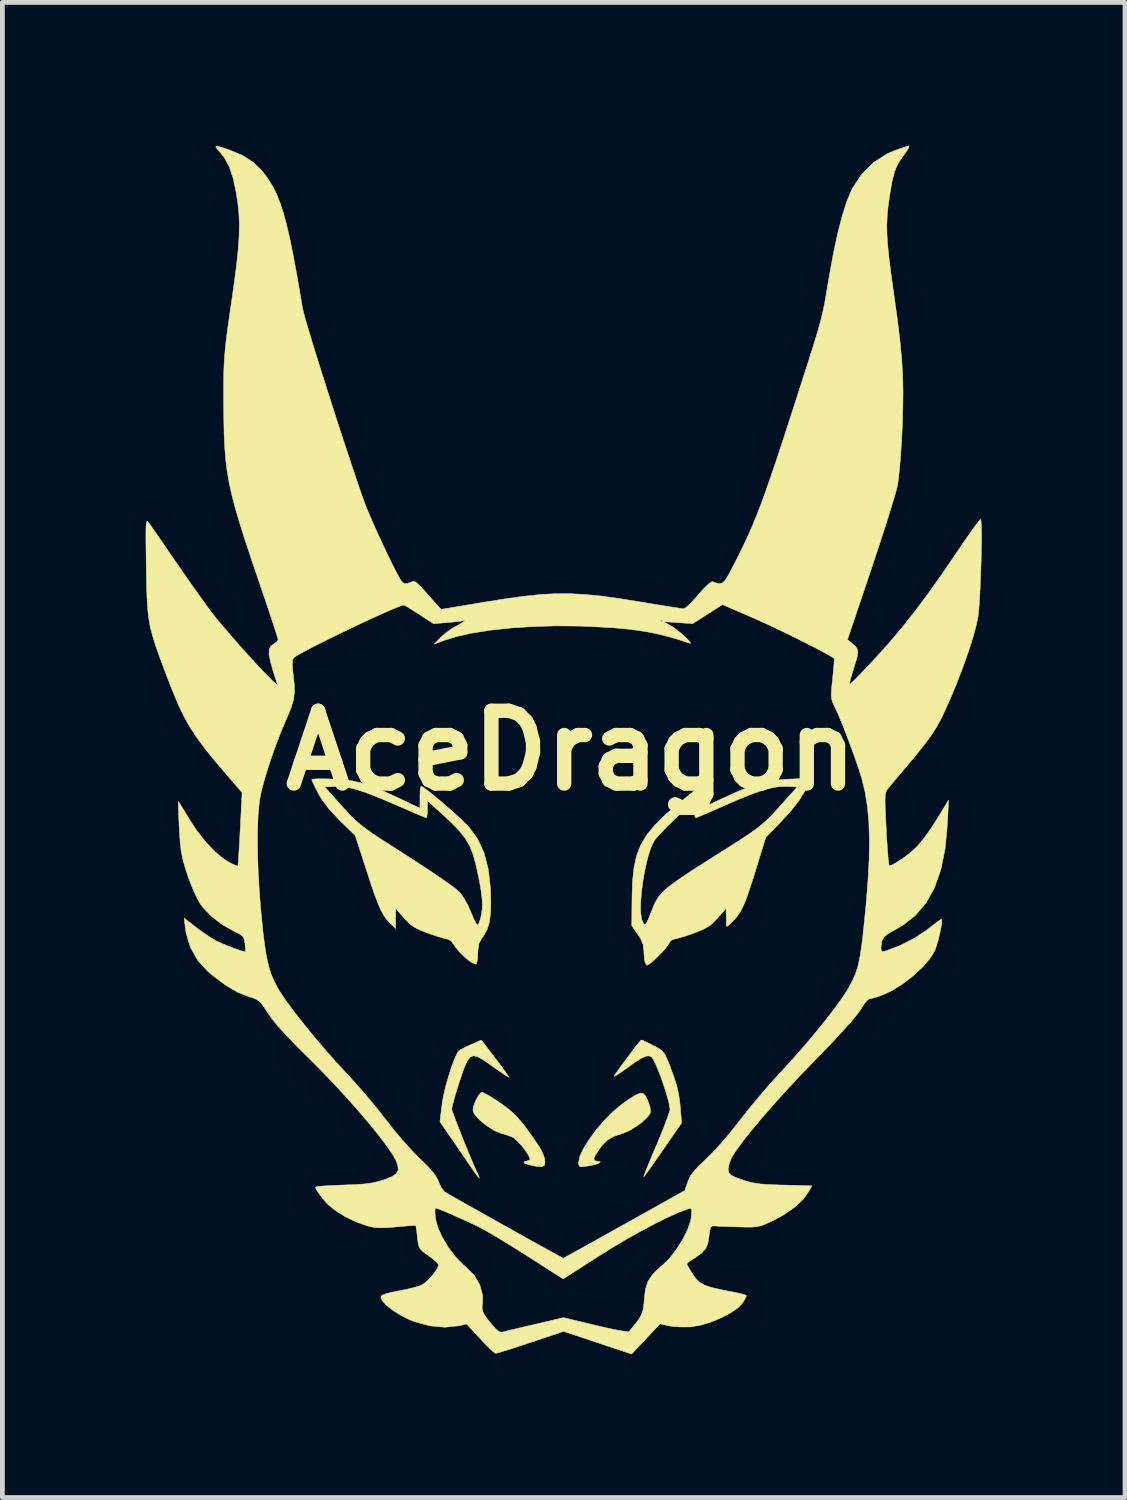
<source format=kicad_pcb>
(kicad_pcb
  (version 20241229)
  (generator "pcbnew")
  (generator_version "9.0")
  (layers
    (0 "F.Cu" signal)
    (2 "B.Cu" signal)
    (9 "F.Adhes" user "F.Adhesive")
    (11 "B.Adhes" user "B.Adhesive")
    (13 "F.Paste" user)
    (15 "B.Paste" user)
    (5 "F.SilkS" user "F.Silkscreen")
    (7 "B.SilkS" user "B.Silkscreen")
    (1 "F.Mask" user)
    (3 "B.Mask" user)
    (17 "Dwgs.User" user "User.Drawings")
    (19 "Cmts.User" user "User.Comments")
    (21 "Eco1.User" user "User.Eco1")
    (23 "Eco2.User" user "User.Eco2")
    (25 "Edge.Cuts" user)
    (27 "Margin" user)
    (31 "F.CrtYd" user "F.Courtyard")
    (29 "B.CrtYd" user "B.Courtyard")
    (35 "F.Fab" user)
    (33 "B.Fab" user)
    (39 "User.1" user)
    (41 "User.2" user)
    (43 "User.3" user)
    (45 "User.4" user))
  (footprint "AceDragon"
    (layer "F.Cu")
    (at 8.908 12.666)
    (property "Reference" "AceDragon" (at 0 0 0) (layer "F.SilkS") (effects (font (size 1.524 1.524) (thickness 0.3))))
    (attr through_hole)
    (fp_poly (pts (xy 1.513 7.182) (xy 1.56 7.234) (xy 1.605 7.325) (xy 1.65 7.453) (xy 1.664 7.556) (xy 1.66 7.584) (xy 1.606 7.665) (xy 1.503 7.764) (xy 1.37 7.864) (xy 1.23 7.951) (xy 1.101 8.008) (xy 1.082 8.014) (xy 0.898 8.074) (xy 0.764 8.151) (xy 0.652 8.262) (xy 0.596 8.336) (xy 0.51 8.464) (xy 0.476 8.544) (xy 0.491 8.585) (xy 0.555 8.598) (xy 0.557 8.598) (xy 0.61 8.607) (xy 0.6 8.628) (xy 0.539 8.655) (xy 0.44 8.682) (xy 0.335 8.7) (xy 0.226 8.713) (xy 0.174 8.704) (xy 0.158 8.664) (xy 0.156 8.62) (xy 0.184 8.492) (xy 0.262 8.326) (xy 0.38 8.138) (xy 0.527 7.939) (xy 0.693 7.744) (xy 0.869 7.566) (xy 1.044 7.418) (xy 1.066 7.402) (xy 1.241 7.279) (xy 1.365 7.203) (xy 1.452 7.171) (xy 1.513 7.182)) (stroke (width 0.01) (type solid)) (fill yes) (layer "F.SilkS"))
    (fp_poly (pts (xy -1.816 7.172) (xy -1.716 7.228) (xy -1.585 7.309) (xy -1.497 7.368) (xy -1.314 7.502) (xy -1.164 7.637) (xy -1.022 7.798) (xy -0.926 7.925) (xy -0.772 8.138) (xy -0.663 8.303) (xy -0.594 8.431) (xy -0.557 8.533) (xy -0.547 8.615) (xy -0.56 8.687) (xy -0.615 8.71) (xy -0.655 8.711) (xy -0.768 8.697) (xy -0.895 8.668) (xy -0.899 8.667) (xy -0.975 8.636) (xy -0.987 8.613) (xy -0.977 8.608) (xy -0.89 8.582) (xy -0.868 8.575) (xy -0.862 8.54) (xy -0.897 8.465) (xy -0.962 8.367) (xy -1.042 8.264) (xy -1.127 8.172) (xy -1.202 8.108) (xy -1.221 8.097) (xy -1.316 8.059) (xy -1.441 8.02) (xy -1.474 8.011) (xy -1.611 7.954) (xy -1.765 7.857) (xy -1.908 7.741) (xy -2.013 7.625) (xy -2.032 7.596) (xy -2.055 7.53) (xy -2.046 7.452) (xy -2 7.333) (xy -1.999 7.332) (xy -1.944 7.228) (xy -1.891 7.163) (xy -1.868 7.151) (xy -1.816 7.172)) (stroke (width 0.01) (type solid)) (fill yes) (layer "F.SilkS"))
    (fp_poly (pts (xy -1.583 6.449) (xy -1.472 6.596) (xy -1.383 6.718) (xy -1.325 6.802) (xy -1.305 6.838) (xy -1.306 6.838) (xy -1.344 6.817) (xy -1.432 6.759) (xy -1.555 6.675) (xy -1.662 6.599) (xy -1.826 6.484) (xy -1.95 6.413) (xy -2.044 6.389) (xy -2.117 6.419) (xy -2.181 6.507) (xy -2.246 6.658) (xy -2.321 6.878) (xy -2.34 6.935) (xy -2.4 7.125) (xy -2.45 7.293) (xy -2.485 7.422) (xy -2.501 7.497) (xy -2.501 7.503) (xy -2.487 7.554) (xy -2.447 7.663) (xy -2.389 7.816) (xy -2.317 7.999) (xy -2.238 8.196) (xy -2.157 8.396) (xy -2.079 8.582) (xy -2.011 8.741) (xy -1.958 8.859) (xy -1.928 8.919) (xy -1.924 8.948) (xy -1.926 8.949) (xy -1.954 8.919) (xy -2.013 8.839) (xy -2.093 8.724) (xy -2.12 8.685) (xy -2.226 8.528) (xy -2.355 8.34) (xy -2.482 8.154) (xy -2.523 8.096) (xy -2.747 7.771) (xy -2.701 7.394) (xy -2.672 7.225) (xy -2.626 7.028) (xy -2.567 6.822) (xy -2.504 6.624) (xy -2.44 6.455) (xy -2.382 6.331) (xy -2.35 6.284) (xy -2.303 6.255) (xy -2.207 6.206) (xy -2.103 6.158) (xy -1.881 6.06) (xy -1.583 6.449)) (stroke (width 0.01) (type solid)) (fill yes) (layer "F.SilkS"))
    (fp_poly (pts (xy 1.512 6.073) (xy 1.602 6.116) (xy 1.717 6.173) (xy 1.831 6.233) (xy 1.907 6.288) (xy 1.962 6.356) (xy 2.011 6.46) (xy 2.064 6.593) (xy 2.15 6.826) (xy 2.21 7.014) (xy 2.249 7.181) (xy 2.275 7.353) (xy 2.289 7.503) (xy 2.312 7.796) (xy 1.934 8.343) (xy 1.807 8.526) (xy 1.694 8.687) (xy 1.603 8.815) (xy 1.543 8.899) (xy 1.522 8.926) (xy 1.526 8.903) (xy 1.556 8.819) (xy 1.61 8.684) (xy 1.683 8.508) (xy 1.77 8.301) (xy 1.779 8.281) (xy 1.871 8.062) (xy 1.951 7.862) (xy 2.014 7.695) (xy 2.056 7.573) (xy 2.071 7.511) (xy 2.058 7.417) (xy 2.023 7.277) (xy 1.972 7.107) (xy 1.911 6.926) (xy 1.845 6.748) (xy 1.782 6.592) (xy 1.726 6.474) (xy 1.684 6.412) (xy 1.679 6.408) (xy 1.625 6.391) (xy 1.56 6.399) (xy 1.473 6.439) (xy 1.35 6.516) (xy 1.182 6.636) (xy 1.143 6.664) (xy 1.028 6.745) (xy 0.943 6.801) (xy 0.901 6.822) (xy 0.899 6.82) (xy 0.921 6.782) (xy 0.979 6.698) (xy 1.062 6.582) (xy 1.16 6.451) (xy 1.26 6.318) (xy 1.352 6.198) (xy 1.424 6.108) (xy 1.466 6.06) (xy 1.471 6.057) (xy 1.512 6.073)) (stroke (width 0.01) (type solid)) (fill yes) (layer "F.SilkS"))
    (fp_poly (pts (xy 4.972 0.593) (xy 5.002 0.601) (xy 4.985 0.647) (xy 4.942 0.742) (xy 4.882 0.865) (xy 4.88 0.869) (xy 4.771 1.046) (xy 4.608 1.253) (xy 4.416 1.465) (xy 4.074 1.82) (xy 3.93 2.287) (xy 3.834 2.6) (xy 3.754 2.848) (xy 3.689 3.042) (xy 3.632 3.19) (xy 3.58 3.305) (xy 3.529 3.395) (xy 3.475 3.471) (xy 3.413 3.544) (xy 3.412 3.545) (xy 3.328 3.63) (xy 3.269 3.677) (xy 3.247 3.674) (xy 3.247 3.673) (xy 3.25 3.597) (xy 3.249 3.485) (xy 3.248 3.459) (xy 3.243 3.303) (xy 3.068 3.504) (xy 2.969 3.609) (xy 2.872 3.685) (xy 2.754 3.748) (xy 2.59 3.814) (xy 2.558 3.826) (xy 2.401 3.88) (xy 2.266 3.921) (xy 2.173 3.944) (xy 2.152 3.947) (xy 2.085 3.981) (xy 2.036 4.055) (xy 1.993 4.12) (xy 1.913 4.212) (xy 1.815 4.312) (xy 1.717 4.404) (xy 1.635 4.471) (xy 1.589 4.494) (xy 1.562 4.463) (xy 1.548 4.432) (xy 1.533 4.356) (xy 1.525 4.24) (xy 1.524 4.199) (xy 1.508 4.061) (xy 1.451 3.929) (xy 1.397 3.847) (xy 1.27 3.667) (xy 1.272 3.372) (xy 1.454 3.372) (xy 1.473 3.52) (xy 1.485 3.556) (xy 1.516 3.621) (xy 1.543 3.644) (xy 1.574 3.618) (xy 1.615 3.535) (xy 1.674 3.388) (xy 1.696 3.332) (xy 1.738 3.227) (xy 1.784 3.136) (xy 1.84 3.051) (xy 1.914 2.966) (xy 2.013 2.876) (xy 2.143 2.774) (xy 2.313 2.655) (xy 2.529 2.512) (xy 2.799 2.339) (xy 3.067 2.169) (xy 3.342 1.995) (xy 3.56 1.855) (xy 3.733 1.741) (xy 3.87 1.644) (xy 3.982 1.557) (xy 4.079 1.472) (xy 4.172 1.382) (xy 4.27 1.277) (xy 4.365 1.172) (xy 4.733 0.762) (xy 4.535 0.75) (xy 4.386 0.751) (xy 4.225 0.774) (xy 4.038 0.821) (xy 3.816 0.897) (xy 3.547 1.004) (xy 3.25 1.133) (xy 3.047 1.222) (xy 2.869 1.3) (xy 2.729 1.359) (xy 2.638 1.397) (xy 2.608 1.407) (xy 2.591 1.372) (xy 2.576 1.283) (xy 2.571 1.231) (xy 2.56 1.055) (xy 2.184 1.417) (xy 2.038 1.561) (xy 1.907 1.695) (xy 1.805 1.806) (xy 1.745 1.878) (xy 1.741 1.884) (xy 1.674 2.024) (xy 1.611 2.217) (xy 1.555 2.445) (xy 1.509 2.693) (xy 1.475 2.941) (xy 1.456 3.174) (xy 1.454 3.372) (xy 1.272 3.372) (xy 1.274 3.113) (xy 1.284 2.763) (xy 1.313 2.466) (xy 1.368 2.209) (xy 1.455 1.981) (xy 1.581 1.769) (xy 1.752 1.559) (xy 1.974 1.341) (xy 2.256 1.101) (xy 2.384 0.997) (xy 2.716 0.733) (xy 2.727 0.968) (xy 2.739 1.204) (xy 3.157 1.007) (xy 3.45 0.873) (xy 3.692 0.772) (xy 3.901 0.699) (xy 4.094 0.65) (xy 4.289 0.618) (xy 4.504 0.6) (xy 4.562 0.597) (xy 4.737 0.59) (xy 4.879 0.589) (xy 4.972 0.593)) (stroke (width 0.01) (type solid)) (fill yes) (layer "F.SilkS"))
    (fp_poly (pts (xy -5.151 0.591) (xy -4.992 0.596) (xy -4.771 0.611) (xy -4.576 0.636) (xy -4.39 0.678) (xy -4.194 0.741) (xy -3.971 0.83) (xy -3.704 0.951) (xy -3.605 0.997) (xy -3.165 1.206) (xy -3.165 0.974) (xy -3.162 0.851) (xy -3.153 0.767) (xy -3.143 0.742) (xy -3.097 0.767) (xy -3.005 0.835) (xy -2.88 0.935) (xy -2.734 1.057) (xy -2.579 1.19) (xy -2.427 1.325) (xy -2.29 1.451) (xy -2.181 1.558) (xy -2.137 1.604) (xy -1.958 1.849) (xy -1.824 2.139) (xy -1.736 2.479) (xy -1.689 2.878) (xy -1.681 3.157) (xy -1.688 3.404) (xy -1.712 3.594) (xy -1.758 3.745) (xy -1.832 3.877) (xy -1.875 3.935) (xy -1.931 4.044) (xy -1.953 4.194) (xy -1.954 4.243) (xy -1.96 4.363) (xy -1.976 4.448) (xy -1.99 4.472) (xy -2.037 4.461) (xy -2.121 4.41) (xy -2.201 4.348) (xy -2.313 4.242) (xy -2.409 4.131) (xy -2.448 4.074) (xy -2.511 3.99) (xy -2.576 3.948) (xy -2.586 3.947) (xy -2.651 3.934) (xy -2.769 3.9) (xy -2.918 3.85) (xy -2.988 3.826) (xy -3.162 3.758) (xy -3.286 3.696) (xy -3.384 3.623) (xy -3.481 3.523) (xy -3.498 3.504) (xy -3.673 3.303) (xy -3.673 3.726) (xy -3.773 3.632) (xy -3.846 3.556) (xy -3.912 3.467) (xy -3.975 3.355) (xy -4.04 3.21) (xy -4.113 3.019) (xy -4.197 2.773) (xy -4.278 2.525) (xy -4.52 1.778) (xy -4.836 1.471) (xy -5.068 1.225) (xy -5.237 0.996) (xy -5.292 0.899) (xy -5.359 0.768) (xy -5.362 0.762) (xy -5.158 0.762) (xy -4.797 1.165) (xy -4.691 1.281) (xy -4.598 1.38) (xy -4.508 1.467) (xy -4.411 1.55) (xy -4.298 1.637) (xy -4.159 1.735) (xy -3.984 1.852) (xy -3.763 1.994) (xy -3.487 2.17) (xy -3.451 2.193) (xy -3.195 2.358) (xy -2.954 2.517) (xy -2.739 2.663) (xy -2.559 2.789) (xy -2.424 2.889) (xy -2.343 2.956) (xy -2.333 2.966) (xy -2.251 3.079) (xy -2.165 3.233) (xy -2.093 3.393) (xy -2.039 3.523) (xy -1.991 3.616) (xy -1.958 3.654) (xy -1.954 3.653) (xy -1.927 3.607) (xy -1.896 3.509) (xy -1.879 3.435) (xy -1.86 3.304) (xy -1.86 3.152) (xy -1.879 2.968) (xy -1.919 2.737) (xy -1.981 2.447) (xy -1.997 2.377) (xy -2.054 2.169) (xy -2.125 1.992) (xy -2.221 1.831) (xy -2.352 1.668) (xy -2.53 1.486) (xy -2.659 1.366) (xy -3.009 1.047) (xy -3.009 1.227) (xy -3.013 1.333) (xy -3.024 1.398) (xy -3.031 1.407) (xy -3.072 1.392) (xy -3.173 1.35) (xy -3.321 1.287) (xy -3.505 1.208) (xy -3.681 1.131) (xy -4 0.995) (xy -4.261 0.892) (xy -4.476 0.819) (xy -4.656 0.773) (xy -4.811 0.751) (xy -4.953 0.75) (xy -4.962 0.75) (xy -5.158 0.762) (xy -5.362 0.762) (xy -5.408 0.666) (xy -5.431 0.609) (xy -5.432 0.605) (xy -5.395 0.595) (xy -5.296 0.59) (xy -5.151 0.591)) (stroke (width 0.01) (type solid)) (fill yes) (layer "F.SilkS"))
    (fp_poly (pts (xy 7.072 -12.633) (xy 7.03 -12.56) (xy 6.96 -12.462) (xy 6.876 -12.343) (xy 6.813 -12.226) (xy 6.764 -12.095) (xy 6.722 -11.93) (xy 6.683 -11.715) (xy 6.663 -11.581) (xy 6.635 -11.382) (xy 6.618 -11.195) (xy 6.61 -11.008) (xy 6.613 -10.809) (xy 6.628 -10.586) (xy 6.654 -10.327) (xy 6.692 -10.019) (xy 6.743 -9.651) (xy 6.763 -9.511) (xy 6.834 -9.006) (xy 6.886 -8.567) (xy 6.922 -8.184) (xy 6.942 -7.848) (xy 6.944 -7.796) (xy 6.949 -7.51) (xy 6.946 -7.188) (xy 6.936 -6.845) (xy 6.92 -6.502) (xy 6.899 -6.174) (xy 6.874 -5.881) (xy 6.846 -5.64) (xy 6.833 -5.553) (xy 6.811 -5.461) (xy 6.766 -5.304) (xy 6.702 -5.093) (xy 6.622 -4.836) (xy 6.529 -4.545) (xy 6.425 -4.227) (xy 6.314 -3.894) (xy 6.288 -3.814) (xy 5.786 -2.325) (xy 5.905 -2.226) (xy 5.96 -2.176) (xy 5.993 -2.126) (xy 6.003 -2.063) (xy 5.989 -1.97) (xy 5.951 -1.832) (xy 5.893 -1.649) (xy 5.855 -1.521) (xy 5.833 -1.427) (xy 5.83 -1.386) (xy 5.86 -1.409) (xy 5.935 -1.48) (xy 6.046 -1.593) (xy 6.184 -1.738) (xy 6.343 -1.907) (xy 6.371 -1.937) (xy 6.656 -2.253) (xy 6.929 -2.576) (xy 7.201 -2.92) (xy 7.481 -3.295) (xy 7.779 -3.716) (xy 8.089 -4.172) (xy 8.225 -4.373) (xy 8.349 -4.55) (xy 8.452 -4.694) (xy 8.528 -4.794) (xy 8.569 -4.841) (xy 8.574 -4.844) (xy 8.583 -4.807) (xy 8.589 -4.705) (xy 8.592 -4.549) (xy 8.591 -4.352) (xy 8.588 -4.126) (xy 8.582 -3.884) (xy 8.573 -3.637) (xy 8.563 -3.397) (xy 8.552 -3.178) (xy 8.539 -2.991) (xy 8.525 -2.848) (xy 8.52 -2.81) (xy 8.477 -2.603) (xy 8.405 -2.342) (xy 8.308 -2.042) (xy 8.192 -1.717) (xy 8.063 -1.383) (xy 7.925 -1.055) (xy 7.785 -0.748) (xy 7.754 -0.684) (xy 7.656 -0.501) (xy 7.536 -0.314) (xy 7.383 -0.107) (xy 7.187 0.135) (xy 7.142 0.188) (xy 6.992 0.365) (xy 6.856 0.527) (xy 6.743 0.662) (xy 6.663 0.758) (xy 6.63 0.798) (xy 6.605 0.834) (xy 6.588 0.877) (xy 6.577 0.94) (xy 6.573 1.034) (xy 6.575 1.17) (xy 6.583 1.36) (xy 6.596 1.615) (xy 6.597 1.639) (xy 6.61 1.873) (xy 6.624 2.08) (xy 6.637 2.247) (xy 6.649 2.362) (xy 6.659 2.412) (xy 6.659 2.413) (xy 6.7 2.403) (xy 6.787 2.357) (xy 6.905 2.283) (xy 6.946 2.256) (xy 7.103 2.139) (xy 7.243 2.007) (xy 7.38 1.847) (xy 7.525 1.645) (xy 7.689 1.387) (xy 7.705 1.361) (xy 7.903 1.036) (xy 7.877 1.551) (xy 7.83 2.054) (xy 7.741 2.492) (xy 7.608 2.87) (xy 7.43 3.19) (xy 7.206 3.453) (xy 6.934 3.665) (xy 6.787 3.748) (xy 6.637 3.832) (xy 6.546 3.91) (xy 6.501 3.999) (xy 6.488 4.118) (xy 6.487 4.135) (xy 6.499 4.2) (xy 6.55 4.206) (xy 6.575 4.199) (xy 6.873 4.087) (xy 7.171 3.937) (xy 7.434 3.766) (xy 7.479 3.731) (xy 7.6 3.637) (xy 7.695 3.566) (xy 7.751 3.529) (xy 7.759 3.526) (xy 7.762 3.575) (xy 7.749 3.678) (xy 7.722 3.812) (xy 7.687 3.958) (xy 7.648 4.092) (xy 7.614 4.188) (xy 7.514 4.353) (xy 7.358 4.533) (xy 7.163 4.714) (xy 6.944 4.882) (xy 6.72 5.023) (xy 6.505 5.123) (xy 6.476 5.134) (xy 6.358 5.171) (xy 6.268 5.194) (xy 6.241 5.197) (xy 6.198 5.229) (xy 6.132 5.311) (xy 6.06 5.422) (xy 5.986 5.526) (xy 5.86 5.677) (xy 5.686 5.872) (xy 5.47 6.105) (xy 5.214 6.371) (xy 5.101 6.487) (xy 4.811 6.786) (xy 4.529 7.088) (xy 4.261 7.385) (xy 4.014 7.668) (xy 3.794 7.929) (xy 3.609 8.161) (xy 3.465 8.356) (xy 3.368 8.506) (xy 3.355 8.532) (xy 3.308 8.651) (xy 3.289 8.763) (xy 3.29 8.786) (xy 3.305 8.843) (xy 3.347 8.888) (xy 3.43 8.931) (xy 3.572 8.984) (xy 3.576 8.985) (xy 3.699 9.024) (xy 3.819 9.052) (xy 3.956 9.072) (xy 4.129 9.085) (xy 4.354 9.094) (xy 4.444 9.096) (xy 5.039 9.112) (xy 4.984 9.218) (xy 4.861 9.392) (xy 4.674 9.565) (xy 4.441 9.726) (xy 4.259 9.824) (xy 4.109 9.895) (xy 3.997 9.941) (xy 3.898 9.966) (xy 3.786 9.976) (xy 3.637 9.976) (xy 3.517 9.973) (xy 3.335 9.967) (xy 3.174 9.961) (xy 3.054 9.956) (xy 3.009 9.953) (xy 2.954 9.954) (xy 2.922 9.981) (xy 2.902 10.052) (xy 2.886 10.178) (xy 2.862 10.32) (xy 2.816 10.427) (xy 2.734 10.519) (xy 2.601 10.615) (xy 2.53 10.659) (xy 2.456 10.71) (xy 2.423 10.746) (xy 2.423 10.747) (xy 2.442 10.79) (xy 2.492 10.877) (xy 2.541 10.956) (xy 2.612 11.056) (xy 2.69 11.131) (xy 2.789 11.189) (xy 2.925 11.237) (xy 3.112 11.282) (xy 3.292 11.317) (xy 3.453 11.348) (xy 3.58 11.377) (xy 3.657 11.4) (xy 3.673 11.409) (xy 3.654 11.453) (xy 3.608 11.535) (xy 3.594 11.56) (xy 3.499 11.663) (xy 3.345 11.769) (xy 3.152 11.871) (xy 2.939 11.96) (xy 2.723 12.027) (xy 2.524 12.063) (xy 2.481 12.067) (xy 2.311 12.068) (xy 2.144 12.058) (xy 2.034 12.041) (xy 1.861 12.002) (xy 1.564 12.318) (xy 1.267 12.634) (xy 0.555 12.397) (xy -0.157 12.159) (xy -0.849 12.39) (xy -1.069 12.463) (xy -1.265 12.527) (xy -1.424 12.577) (xy -1.534 12.609) (xy -1.581 12.621) (xy -1.623 12.593) (xy -1.704 12.519) (xy -1.811 12.411) (xy -1.904 12.312) (xy -2.187 12.005) (xy -2.354 12.043) (xy -2.643 12.073) (xy -2.957 12.044) (xy -3.277 11.957) (xy -3.378 11.917) (xy -3.562 11.826) (xy -3.729 11.722) (xy -3.865 11.615) (xy -3.955 11.517) (xy -3.986 11.441) (xy -3.964 11.407) (xy -3.891 11.375) (xy -3.757 11.341) (xy -3.629 11.316) (xy -3.453 11.281) (xy -3.293 11.242) (xy -3.173 11.208) (xy -3.143 11.197) (xy -3.054 11.139) (xy -2.954 11.044) (xy -2.862 10.935) (xy -2.796 10.833) (xy -2.774 10.766) (xy -2.804 10.722) (xy -2.883 10.651) (xy -2.984 10.576) (xy -3.097 10.495) (xy -3.162 10.431) (xy -3.195 10.356) (xy -3.213 10.244) (xy -3.218 10.191) (xy -3.233 10.065) (xy -3.246 9.974) (xy -3.253 9.943) (xy -3.294 9.942) (xy -3.395 9.949) (xy -3.54 9.961) (xy -3.661 9.972) (xy -3.861 9.989) (xy -4.008 9.992) (xy -4.129 9.982) (xy -4.247 9.956) (xy -4.286 9.945) (xy -4.509 9.865) (xy -4.734 9.755) (xy -4.936 9.629) (xy -4.961 9.609) (xy -2.85 9.609) (xy -2.849 9.7) (xy -2.841 9.789) (xy -2.796 9.972) (xy -2.702 10.181) (xy -2.574 10.397) (xy -2.422 10.598) (xy -2.262 10.763) (xy -2.218 10.799) (xy -2.036 10.979) (xy -1.912 11.185) (xy -1.853 11.404) (xy -1.854 11.558) (xy -1.864 11.658) (xy -1.854 11.733) (xy -1.818 11.81) (xy -1.744 11.913) (xy -1.699 11.969) (xy -1.584 12.102) (xy -1.501 12.169) (xy -1.454 12.177) (xy -1.394 12.163) (xy -1.273 12.133) (xy -1.105 12.094) (xy -0.905 12.047) (xy -0.773 12.016) (xy -0.158 11.872) (xy 0.513 12.034) (xy 0.732 12.084) (xy 0.923 12.125) (xy 1.076 12.153) (xy 1.176 12.166) (xy 1.211 12.164) (xy 1.341 12.007) (xy 1.429 11.888) (xy 1.482 11.788) (xy 1.512 11.687) (xy 1.526 11.566) (xy 1.531 11.489) (xy 1.556 11.275) (xy 1.612 11.106) (xy 1.713 10.958) (xy 1.872 10.808) (xy 1.91 10.777) (xy 2.057 10.633) (xy 2.202 10.447) (xy 2.333 10.24) (xy 2.438 10.032) (xy 2.502 9.846) (xy 2.514 9.777) (xy 2.525 9.658) (xy 2.521 9.6) (xy 2.495 9.585) (xy 2.45 9.596) (xy 2.269 9.662) (xy 2.035 9.766) (xy 1.762 9.901) (xy 1.462 10.06) (xy 1.149 10.236) (xy 0.835 10.423) (xy 0.61 10.564) (xy -0.167 11.061) (xy -0.902 10.591) (xy -1.135 10.444) (xy -1.364 10.302) (xy -1.576 10.174) (xy -1.754 10.07) (xy -1.886 9.997) (xy -1.912 9.983) (xy -2.049 9.916) (xy -2.212 9.84) (xy -2.384 9.763) (xy -2.549 9.69) (xy -2.691 9.63) (xy -2.794 9.589) (xy -2.842 9.574) (xy -2.85 9.609) (xy -4.961 9.609) (xy -5.09 9.503) (xy -5.103 9.489) (xy -5.207 9.37) (xy -5.291 9.258) (xy -5.343 9.171) (xy -5.354 9.139) (xy -5.317 9.128) (xy -5.215 9.118) (xy -5.063 9.107) (xy -4.874 9.099) (xy -4.777 9.096) (xy -4.52 9.086) (xy -4.321 9.072) (xy -4.163 9.051) (xy -4.027 9.02) (xy -3.938 8.993) (xy -3.765 8.927) (xy -3.661 8.86) (xy -3.619 8.78) (xy -3.631 8.676) (xy -3.666 8.584) (xy -3.741 8.45) (xy -3.864 8.27) (xy -4.03 8.053) (xy -4.229 7.807) (xy -4.455 7.541) (xy -4.701 7.263) (xy -4.96 6.983) (xy -5.224 6.708) (xy -5.443 6.488) (xy -5.725 6.208) (xy -5.952 5.973) (xy -6.13 5.778) (xy -6.261 5.619) (xy -6.351 5.492) (xy -6.439 5.355) (xy -6.507 5.268) (xy -6.575 5.215) (xy -6.664 5.177) (xy -6.753 5.15) (xy -6.984 5.059) (xy -7.232 4.913) (xy -7.507 4.707) (xy -7.602 4.627) (xy -7.813 4.398) (xy -7.969 4.124) (xy -8.062 3.824) (xy -8.075 3.736) (xy -8.101 3.506) (xy -7.851 3.702) (xy -7.705 3.81) (xy -7.556 3.909) (xy -7.435 3.981) (xy -7.426 3.986) (xy -7.319 4.036) (xy -7.187 4.09) (xy -7.052 4.142) (xy -6.932 4.184) (xy -6.848 4.209) (xy -6.819 4.211) (xy -6.818 4.169) (xy -6.825 4.078) (xy -6.829 4.04) (xy -6.845 3.943) (xy -6.88 3.882) (xy -6.955 3.832) (xy -7.038 3.792) (xy -7.287 3.654) (xy -7.518 3.48) (xy -7.705 3.289) (xy -7.764 3.209) (xy -7.831 3.091) (xy -7.908 2.923) (xy -7.986 2.73) (xy -8.035 2.593) (xy -8.095 2.405) (xy -8.137 2.247) (xy -8.166 2.095) (xy -8.186 1.922) (xy -8.2 1.704) (xy -8.205 1.622) (xy -8.214 1.424) (xy -8.221 1.257) (xy -8.226 1.134) (xy -8.226 1.071) (xy -8.226 1.065) (xy -8.205 1.092) (xy -8.153 1.174) (xy -8.078 1.296) (xy -8.007 1.416) (xy -7.84 1.673) (xy -7.651 1.912) (xy -7.456 2.117) (xy -7.268 2.273) (xy -7.156 2.342) (xy -7.057 2.39) (xy -6.991 2.415) (xy -6.978 2.416) (xy -6.973 2.375) (xy -6.965 2.268) (xy -6.954 2.107) (xy -6.942 1.904) (xy -6.932 1.714) (xy -6.567 1.714) (xy -6.566 2.128) (xy -6.55 2.582) (xy -6.52 3.065) (xy -6.489 3.428) (xy -6.453 3.786) (xy -6.416 4.078) (xy -6.378 4.317) (xy -6.333 4.514) (xy -6.28 4.683) (xy -6.215 4.835) (xy -6.135 4.984) (xy -6.107 5.031) (xy -5.987 5.213) (xy -5.822 5.438) (xy -5.623 5.694) (xy -5.401 5.967) (xy -5.164 6.246) (xy -4.925 6.517) (xy -4.701 6.76) (xy -4.508 6.97) (xy -4.299 7.21) (xy -4.095 7.454) (xy -3.918 7.676) (xy -3.871 7.737) (xy -3.711 7.942) (xy -3.531 8.155) (xy -3.352 8.355) (xy -3.193 8.519) (xy -3.167 8.544) (xy -2.996 8.712) (xy -2.879 8.845) (xy -2.806 8.954) (xy -2.774 9.027) (xy -2.723 9.142) (xy -2.659 9.228) (xy -2.639 9.244) (xy -2.59 9.273) (xy -2.484 9.334) (xy -2.33 9.422) (xy -2.138 9.53) (xy -1.917 9.654) (xy -1.677 9.789) (xy -1.427 9.929) (xy -1.176 10.069) (xy -0.933 10.205) (xy -0.708 10.33) (xy -0.51 10.44) (xy -0.349 10.529) (xy -0.233 10.593) (xy -0.173 10.625) (xy -0.166 10.628) (xy -0.131 10.61) (xy -0.035 10.558) (xy 0.114 10.476) (xy 0.308 10.368) (xy 0.54 10.239) (xy 0.803 10.092) (xy 1.089 9.933) (xy 1.113 9.92) (xy 2.381 9.21) (xy 2.442 9.027) (xy 2.486 8.925) (xy 2.555 8.824) (xy 2.661 8.707) (xy 2.817 8.559) (xy 2.818 8.559) (xy 2.969 8.41) (xy 3.146 8.216) (xy 3.334 7.995) (xy 3.514 7.767) (xy 3.534 7.742) (xy 3.713 7.513) (xy 3.925 7.256) (xy 4.145 7.001) (xy 4.35 6.773) (xy 4.398 6.722) (xy 4.635 6.464) (xy 4.877 6.189) (xy 5.114 5.908) (xy 5.335 5.635) (xy 5.53 5.38) (xy 5.69 5.158) (xy 5.794 4.997) (xy 5.885 4.831) (xy 5.956 4.67) (xy 6.01 4.495) (xy 6.053 4.289) (xy 6.09 4.033) (xy 6.112 3.849) (xy 6.172 3.259) (xy 6.214 2.737) (xy 6.239 2.275) (xy 6.245 1.866) (xy 6.234 1.501) (xy 6.204 1.172) (xy 6.155 0.871) (xy 6.088 0.591) (xy 6.026 0.391) (xy 5.912 0.067) (xy 5.8 -0.238) (xy 5.695 -0.512) (xy 5.601 -0.74) (xy 5.524 -0.91) (xy 5.512 -0.934) (xy 5.475 -1.011) (xy 5.454 -1.082) (xy 5.446 -1.164) (xy 5.451 -1.278) (xy 5.468 -1.444) (xy 5.475 -1.507) (xy 5.492 -1.677) (xy 5.504 -1.815) (xy 5.508 -1.905) (xy 5.506 -1.93) (xy 5.443 -1.972) (xy 5.321 -2.041) (xy 5.153 -2.131) (xy 4.95 -2.235) (xy 4.726 -2.348) (xy 4.492 -2.463) (xy 4.259 -2.575) (xy 4.042 -2.676) (xy 3.851 -2.762) (xy 3.821 -2.775) (xy 3.168 -3.057) (xy 2.857 -2.858) (xy 2.545 -2.658) (xy 2.24 -2.679) (xy 1.934 -2.7) (xy 2.071 -2.624) (xy 2.158 -2.568) (xy 2.255 -2.494) (xy 2.351 -2.413) (xy 2.432 -2.338) (xy 2.487 -2.278) (xy 2.501 -2.248) (xy 2.481 -2.249) (xy 2.175 -2.349) (xy 1.876 -2.429) (xy 1.568 -2.492) (xy 1.237 -2.539) (xy 0.867 -2.573) (xy 0.442 -2.597) (xy 0.195 -2.607) (xy -0.295 -2.612) (xy -0.779 -2.599) (xy -1.246 -2.569) (xy -1.682 -2.522) (xy -2.076 -2.46) (xy -2.416 -2.385) (xy -2.667 -2.305) (xy -2.865 -2.23) (xy -2.732 -2.369) (xy -2.613 -2.473) (xy -2.469 -2.572) (xy -2.413 -2.603) (xy -2.301 -2.664) (xy -2.237 -2.708) (xy -2.233 -2.716) (xy 1.876 -2.716) (xy 1.895 -2.696) (xy 1.915 -2.716) (xy 1.895 -2.735) (xy 1.876 -2.716) (xy -2.233 -2.716) (xy -2.228 -2.727) (xy -2.276 -2.718) (xy -2.338 -2.707) (xy -2.453 -2.694) (xy -2.597 -2.681) (xy -2.604 -2.68) (xy -2.882 -2.658) (xy -3.181 -2.853) (xy -3.315 -2.939) (xy -3.422 -3.005) (xy -3.489 -3.043) (xy -3.501 -3.048) (xy -3.565 -3.031) (xy -3.687 -2.984) (xy -3.857 -2.911) (xy -4.065 -2.818) (xy -4.299 -2.711) (xy -4.548 -2.594) (xy -4.801 -2.472) (xy -5.049 -2.351) (xy -5.279 -2.236) (xy -5.482 -2.132) (xy -5.645 -2.044) (xy -5.76 -1.978) (xy -5.811 -1.941) (xy -5.833 -1.894) (xy -5.838 -1.805) (xy -5.827 -1.659) (xy -5.818 -1.583) (xy -5.796 -1.374) (xy -5.794 -1.207) (xy -5.816 -1.055) (xy -5.866 -0.892) (xy -5.948 -0.691) (xy -5.969 -0.645) (xy -6.092 -0.352) (xy -6.21 -0.041) (xy -6.318 0.271) (xy -6.41 0.566) (xy -6.481 0.828) (xy -6.523 1.039) (xy -6.526 1.058) (xy -6.554 1.354) (xy -6.567 1.714) (xy -6.932 1.714) (xy -6.93 1.672) (xy -6.928 1.642) (xy -6.889 0.88) (xy -7.258 0.45) (xy -7.495 0.171) (xy -7.689 -0.071) (xy -7.851 -0.291) (xy -7.988 -0.503) (xy -8.111 -0.725) (xy -8.228 -0.97) (xy -8.347 -1.255) (xy -8.479 -1.594) (xy -8.521 -1.705) (xy -8.623 -1.98) (xy -8.703 -2.209) (xy -8.765 -2.406) (xy -8.811 -2.588) (xy -8.844 -2.77) (xy -8.866 -2.967) (xy -8.88 -3.194) (xy -8.889 -3.467) (xy -8.895 -3.8) (xy -8.896 -3.849) (xy -8.9 -4.156) (xy -8.903 -4.393) (xy -8.903 -4.567) (xy -8.901 -4.688) (xy -8.895 -4.761) (xy -8.885 -4.797) (xy -8.872 -4.802) (xy -8.854 -4.784) (xy -8.842 -4.769) (xy -8.8 -4.709) (xy -8.721 -4.595) (xy -8.613 -4.439) (xy -8.484 -4.251) (xy -8.341 -4.043) (xy -8.289 -3.968) (xy -8.127 -3.733) (xy -7.96 -3.494) (xy -7.8 -3.269) (xy -7.66 -3.073) (xy -7.55 -2.923) (xy -7.54 -2.909) (xy -7.429 -2.769) (xy -7.28 -2.59) (xy -7.105 -2.386) (xy -6.916 -2.171) (xy -6.725 -1.958) (xy -6.544 -1.762) (xy -6.386 -1.595) (xy -6.263 -1.472) (xy -6.241 -1.451) (xy -6.141 -1.359) (xy -6.236 -1.658) (xy -6.296 -1.867) (xy -6.325 -2.017) (xy -6.321 -2.12) (xy -6.286 -2.188) (xy -6.233 -2.227) (xy -6.162 -2.28) (xy -6.135 -2.325) (xy -6.147 -2.372) (xy -6.182 -2.483) (xy -6.236 -2.65) (xy -6.306 -2.863) (xy -6.39 -3.112) (xy -6.483 -3.388) (xy -6.528 -3.519) (xy -6.687 -3.987) (xy -6.822 -4.392) (xy -6.934 -4.745) (xy -7.026 -5.055) (xy -7.1 -5.335) (xy -7.158 -5.594) (xy -7.201 -5.843) (xy -7.232 -6.093) (xy -7.253 -6.354) (xy -7.266 -6.637) (xy -7.272 -6.952) (xy -7.275 -7.31) (xy -7.275 -7.425) (xy -7.275 -7.676) (xy -7.273 -7.888) (xy -7.267 -8.076) (xy -7.256 -8.255) (xy -7.239 -8.442) (xy -7.215 -8.65) (xy -7.182 -8.896) (xy -7.14 -9.195) (xy -7.11 -9.398) (xy -7.049 -9.828) (xy -7.002 -10.193) (xy -6.97 -10.504) (xy -6.952 -10.774) (xy -6.947 -11.012) (xy -6.955 -11.232) (xy -6.976 -11.444) (xy -7.008 -11.661) (xy -7.011 -11.681) (xy -7.077 -11.986) (xy -7.157 -12.226) (xy -7.259 -12.414) (xy -7.356 -12.534) (xy -7.423 -12.608) (xy -7.441 -12.647) (xy -7.403 -12.653) (xy -7.305 -12.627) (xy -7.17 -12.583) (xy -6.886 -12.464) (xy -6.661 -12.322) (xy -6.476 -12.144) (xy -6.444 -12.104) (xy -6.344 -11.969) (xy -6.254 -11.824) (xy -6.173 -11.664) (xy -6.098 -11.481) (xy -6.028 -11.267) (xy -5.959 -11.015) (xy -5.89 -10.718) (xy -5.819 -10.369) (xy -5.743 -9.959) (xy -5.661 -9.483) (xy -5.626 -9.271) (xy -5.605 -9.181) (xy -5.563 -9.027) (xy -5.501 -8.816) (xy -5.423 -8.558) (xy -5.332 -8.262) (xy -5.23 -7.937) (xy -5.121 -7.592) (xy -5.007 -7.236) (xy -4.892 -6.878) (xy -4.778 -6.526) (xy -4.667 -6.191) (xy -4.564 -5.881) (xy -4.471 -5.604) (xy -4.39 -5.371) (xy -4.324 -5.19) (xy -4.298 -5.119) (xy -4.228 -4.949) (xy -4.14 -4.746) (xy -4.039 -4.523) (xy -3.933 -4.293) (xy -3.827 -4.072) (xy -3.729 -3.872) (xy -3.644 -3.706) (xy -3.579 -3.589) (xy -3.55 -3.544) (xy -3.499 -3.498) (xy -3.432 -3.499) (xy -3.379 -3.517) (xy -3.334 -3.535) (xy -3.299 -3.543) (xy -3.263 -3.534) (xy -3.216 -3.499) (xy -3.148 -3.432) (xy -3.05 -3.324) (xy -2.911 -3.168) (xy -2.876 -3.128) (xy -2.724 -2.957) (xy -1.86 -3.101) (xy -1.407 -3.174) (xy -1.014 -3.229) (xy -0.663 -3.266) (xy -0.34 -3.285) (xy -0.026 -3.286) (xy 0.294 -3.269) (xy 0.637 -3.235) (xy 1.019 -3.182) (xy 1.457 -3.112) (xy 1.493 -3.106) (xy 1.737 -3.065) (xy 1.958 -3.029) (xy 2.142 -3) (xy 2.277 -2.98) (xy 2.351 -2.97) (xy 2.359 -2.97) (xy 2.407 -2.998) (xy 2.49 -3.074) (xy 2.595 -3.185) (xy 2.663 -3.264) (xy 2.787 -3.403) (xy 2.886 -3.497) (xy 2.95 -3.537) (xy 2.963 -3.537) (xy 3.053 -3.504) (xy 3.12 -3.494) (xy 3.176 -3.514) (xy 3.231 -3.574) (xy 3.297 -3.683) (xy 3.385 -3.851) (xy 3.409 -3.895) (xy 3.516 -4.106) (xy 3.614 -4.307) (xy 3.707 -4.506) (xy 3.797 -4.712) (xy 3.887 -4.931) (xy 3.98 -5.173) (xy 4.079 -5.444) (xy 4.186 -5.752) (xy 4.306 -6.106) (xy 4.44 -6.513) (xy 4.592 -6.981) (xy 4.723 -7.386) (xy 4.848 -7.777) (xy 4.953 -8.102) (xy 5.039 -8.372) (xy 5.108 -8.596) (xy 5.164 -8.782) (xy 5.209 -8.941) (xy 5.246 -9.081) (xy 5.276 -9.212) (xy 5.303 -9.343) (xy 5.328 -9.484) (xy 5.355 -9.643) (xy 5.387 -9.831) (xy 5.393 -9.868) (xy 5.485 -10.377) (xy 5.58 -10.823) (xy 5.678 -11.204) (xy 5.778 -11.515) (xy 5.879 -11.752) (xy 5.888 -11.771) (xy 6.085 -12.068) (xy 6.33 -12.312) (xy 6.616 -12.496) (xy 6.758 -12.557) (xy 6.897 -12.607) (xy 7.008 -12.644) (xy 7.07 -12.661) (xy 7.075 -12.661) (xy 7.072 -12.633)) (stroke (width 0.01) (type solid)) (fill yes) (layer "F.SilkS")))
  (gr_rect
    (start -3 -3)
    (end 20.505 28.305)
    (stroke (width 0.1) (type default))
    (fill no)
    (layer "Edge.Cuts")))
</source>
